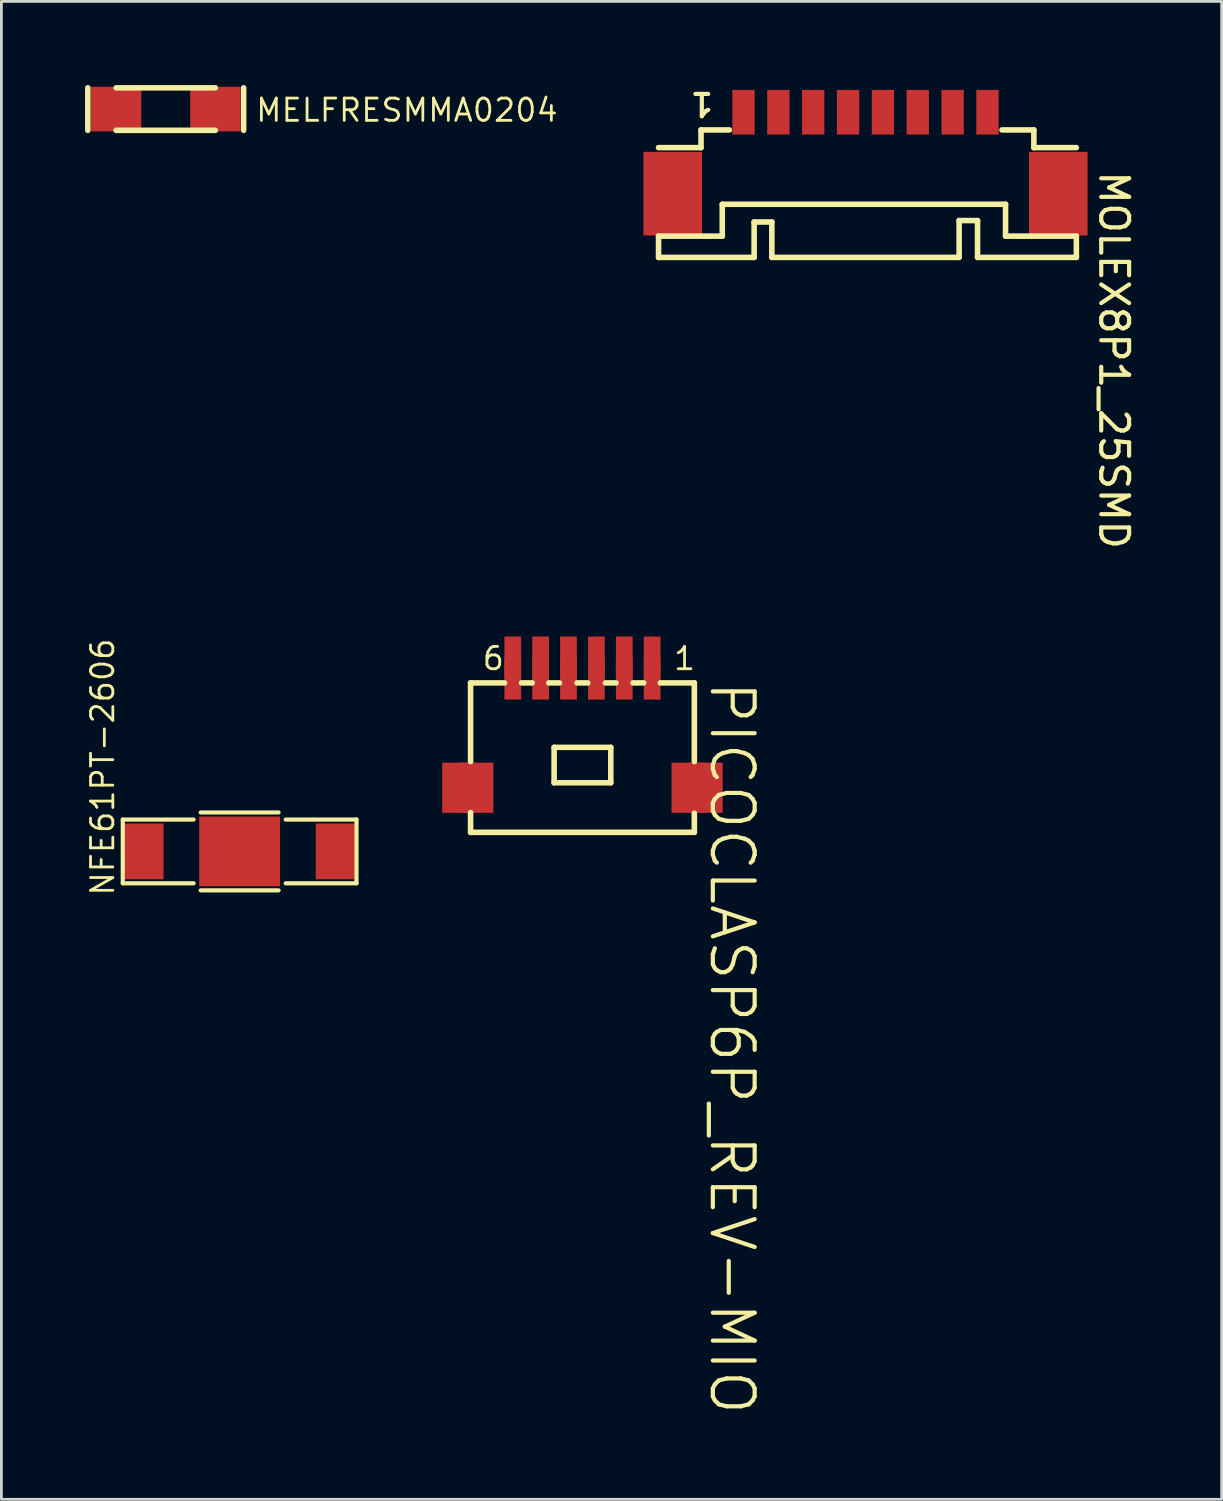
<source format=kicad_pcb>
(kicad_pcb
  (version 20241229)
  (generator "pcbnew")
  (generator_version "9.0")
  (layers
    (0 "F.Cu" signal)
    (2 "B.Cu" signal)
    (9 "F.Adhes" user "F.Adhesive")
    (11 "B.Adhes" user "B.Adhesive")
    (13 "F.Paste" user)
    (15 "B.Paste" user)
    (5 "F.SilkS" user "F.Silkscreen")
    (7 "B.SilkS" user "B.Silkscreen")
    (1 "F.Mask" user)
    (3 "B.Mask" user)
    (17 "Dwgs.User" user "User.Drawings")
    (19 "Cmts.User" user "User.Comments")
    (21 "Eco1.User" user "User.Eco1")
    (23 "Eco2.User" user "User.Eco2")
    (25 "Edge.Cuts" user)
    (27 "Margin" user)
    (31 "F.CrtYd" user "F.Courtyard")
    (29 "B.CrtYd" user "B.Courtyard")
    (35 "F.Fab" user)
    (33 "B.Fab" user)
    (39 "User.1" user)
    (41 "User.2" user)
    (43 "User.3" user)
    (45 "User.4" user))
  (footprint "MELFRESMMA0204"
    (layer "F.Cu")
    (at 1.116 0.862)
    (property "Reference" "MELFRESMMA0204" (at 4.953 0.508 0) (unlocked yes) (layer "F.SilkS") (effects (font (size 0.8 0.8) (thickness 0.1)) (justify left bottom)))
    (fp_line (start -1.016 0.762) (end -1.016 -0.762) (stroke (width 0.2) (type solid)) (layer "F.SilkS"))
    (fp_line (start 0 -0.762) (end 3.556 -0.762) (stroke (width 0.2) (type solid)) (layer "F.SilkS"))
    (fp_line (start 0 0.762) (end 3.556 0.762) (stroke (width 0.2) (type solid)) (layer "F.SilkS"))
    (fp_line (start 4.572 0.762) (end 4.572 -0.762) (stroke (width 0.2) (type solid)) (layer "F.SilkS"))
    (pad "1" smd rect (at 0 0) (size 1.8 1.6) (layers "F.Cu" "F.Mask" "F.Paste"))
    (pad "2" smd rect (at 3.556 0) (size 1.8 1.6) (layers "F.Cu" "F.Mask" "F.Paste")))
  (footprint "NFE61PT-2606"
    (layer "F.Cu")
    (at 5.545 27.488)
    (property "Reference" "NFE61PT-2606" (at -4.445 1.651 90) (unlocked yes) (layer "F.SilkS") (effects (font (size 0.8 0.8) (thickness 0.1)) (justify left bottom)))
    (fp_line (start -4.191 -1.143) (end -1.651 -1.143) (stroke (width 0.15) (type solid)) (layer "F.SilkS"))
    (fp_line (start -4.191 1.143) (end -4.191 -1.143) (stroke (width 0.15) (type solid)) (layer "F.SilkS"))
    (fp_line (start -4.191 1.143) (end -1.651 1.143) (stroke (width 0.15) (type solid)) (layer "F.SilkS"))
    (fp_line (start -1.397 -1.397) (end 1.397 -1.397) (stroke (width 0.15) (type solid)) (layer "F.SilkS"))
    (fp_line (start -1.397 1.397) (end 1.397 1.397) (stroke (width 0.15) (type solid)) (layer "F.SilkS"))
    (fp_line (start 1.651 -1.143) (end 4.191 -1.143) (stroke (width 0.15) (type solid)) (layer "F.SilkS"))
    (fp_line (start 1.651 1.143) (end 4.191 1.143) (stroke (width 0.15) (type solid)) (layer "F.SilkS"))
    (fp_line (start 4.191 1.143) (end 4.191 -1.143) (stroke (width 0.15) (type solid)) (layer "F.SilkS"))
    (pad "1" smd rect (at -3.429 0) (size 1.4 2) (layers "F.Cu" "F.Mask" "F.Paste"))
    (pad "2" smd rect (at 3.429 0) (size 1.4 2) (layers "F.Cu" "F.Mask" "F.Paste"))
    (pad "3" smd rect (at 0 0) (size 2.9 2.5) (layers "F.Cu" "F.Mask" "F.Paste")))
  (footprint "PICOCLASP6P_REV-MIO"
    (layer "F.Cu")
    (at 20.341 21.292)
    (property "Reference" "PICOCLASP6P_REV-MIO" (at 1.985 0 270) (unlocked yes) (layer "F.SilkS") (effects (font (size 1.5 1.5) (thickness 0.15)) (justify left bottom)))
    (fp_line (start -6.513 0.152) (end -6.513 2.972) (stroke (width 0.2) (type solid)) (layer "F.SilkS"))
    (fp_line (start -6.513 0.152) (end -5.294 0.152) (stroke (width 0.2) (type solid)) (layer "F.SilkS"))
    (fp_line (start -6.513 4.801) (end -6.513 5.512) (stroke (width 0.2) (type solid)) (layer "F.SilkS"))
    (fp_line (start -6.513 5.512) (end 1.513 5.512) (stroke (width 0.2) (type solid)) (layer "F.SilkS"))
    (fp_line (start -4.684 0.152) (end -4.303 0.152) (stroke (width 0.2) (type solid)) (layer "F.SilkS"))
    (fp_line (start -3.707 0.152) (end -3.325 0.152) (stroke (width 0.2) (type solid)) (layer "F.SilkS"))
    (fp_line (start -3.516 2.464) (end -3.516 3.734) (stroke (width 0.2) (type solid)) (layer "F.SilkS"))
    (fp_line (start -3.516 2.464) (end -1.484 2.464) (stroke (width 0.2) (type solid)) (layer "F.SilkS"))
    (fp_line (start -3.516 3.734) (end -1.484 3.734) (stroke (width 0.2) (type solid)) (layer "F.SilkS"))
    (fp_line (start -2.691 0.152) (end -2.309 0.152) (stroke (width 0.2) (type solid)) (layer "F.SilkS"))
    (fp_line (start -1.675 0.152) (end -1.294 0.152) (stroke (width 0.2) (type solid)) (layer "F.SilkS"))
    (fp_line (start -1.484 2.464) (end -1.484 3.734) (stroke (width 0.2) (type solid)) (layer "F.SilkS"))
    (fp_line (start -0.684 0.152) (end -0.303 0.152) (stroke (width 0.2) (type solid)) (layer "F.SilkS"))
    (fp_line (start 0.294 0.152) (end 1.513 0.152) (stroke (width 0.2) (type solid)) (layer "F.SilkS"))
    (fp_line (start 1.513 0.152) (end 1.513 2.972) (stroke (width 0.2) (type solid)) (layer "F.SilkS"))
    (fp_line (start 1.513 4.826) (end 1.513 5.512) (stroke (width 0.2) (type solid)) (layer "F.SilkS"))
    (fp_text user "1" (at 0.715 -0.254 0) (unlocked yes) (layer "F.SilkS") (effects (font (size 0.8 0.8) (thickness 0.1)) (justify left bottom)))
    (fp_text user "6" (at -6.143 -0.254 0) (unlocked yes) (layer "F.SilkS") (effects (font (size 0.8 0.8) (thickness 0.1)) (justify left bottom)))
    (pad "" smd rect (at -6.93 3.912) (size 1.2 1.8) (layers "F.Cu" "F.Mask" "F.Paste"))
    (pad "" smd rect (at -6.295 3.912) (size 1.2 1.8) (layers "F.Cu" "F.Mask" "F.Paste"))
    (pad "" smd rect (at 1.295 3.912) (size 1.2 1.8) (layers "F.Cu" "F.Mask" "F.Paste"))
    (pad "" smd rect (at 1.93 3.912) (size 1.2 1.8) (layers "F.Cu" "F.Mask" "F.Paste"))
    (pad "1" smd rect (at 0 -0.762) (size 0.6 1.5) (layers "F.Cu" "F.Mask" "F.Paste"))
    (pad "1" smd rect (at 0 0) (size 0.6 1.5) (layers "F.Cu" "F.Mask" "F.Paste"))
    (pad "2" smd rect (at -1 -0.762) (size 0.6 1.5) (layers "F.Cu" "F.Mask" "F.Paste"))
    (pad "2" smd rect (at -1 0) (size 0.6 1.5) (layers "F.Cu" "F.Mask" "F.Paste"))
    (pad "3" smd rect (at -2 -0.762) (size 0.6 1.5) (layers "F.Cu" "F.Mask" "F.Paste"))
    (pad "3" smd rect (at -2 0) (size 0.6 1.5) (layers "F.Cu" "F.Mask" "F.Paste"))
    (pad "4" smd rect (at -3 -0.762) (size 0.6 1.5) (layers "F.Cu" "F.Mask" "F.Paste"))
    (pad "4" smd rect (at -3 0) (size 0.6 1.5) (layers "F.Cu" "F.Mask" "F.Paste"))
    (pad "5" smd rect (at -4 -0.762) (size 0.6 1.5) (layers "F.Cu" "F.Mask" "F.Paste"))
    (pad "5" smd rect (at -4 0) (size 0.6 1.5) (layers "F.Cu" "F.Mask" "F.Paste"))
    (pad "6" smd rect (at -5 -0.762) (size 0.6 1.5) (layers "F.Cu" "F.Mask" "F.Paste"))
    (pad "6" smd rect (at -5 0) (size 0.6 1.5) (layers "F.Cu" "F.Mask" "F.Paste")))
  (footprint "MOLEX8P1_25SMD"
    (layer "F.Cu")
    (at 23.618 0.975)
    (property "Reference" "MOLEX8P1_25SMD" (at 12.7 2.032 270) (unlocked yes) (layer "F.SilkS") (effects (font (size 1 1) (thickness 0.15)) (justify left bottom)))
    (fp_line (start -3.048 4.445) (end -3.048 5.207) (stroke (width 0.2) (type solid)) (layer "F.SilkS"))
    (fp_line (start -1.524 0.635) (end -1.524 1.27) (stroke (width 0.2) (type solid)) (layer "F.SilkS"))
    (fp_line (start -1.524 1.27) (end -3.048 1.27) (stroke (width 0.2) (type solid)) (layer "F.SilkS"))
    (fp_line (start -0.762 3.302) (end -0.762 4.445) (stroke (width 0.2) (type solid)) (layer "F.SilkS"))
    (fp_line (start -0.762 4.445) (end -3.048 4.445) (stroke (width 0.2) (type solid)) (layer "F.SilkS"))
    (fp_line (start -0.508 0.635) (end -1.524 0.635) (stroke (width 0.2) (type solid)) (layer "F.SilkS"))
    (fp_line (start 0.381 3.937) (end 0.381 5.207) (stroke (width 0.2) (type solid)) (layer "F.SilkS"))
    (fp_line (start 0.381 5.207) (end -3.048 5.207) (stroke (width 0.2) (type solid)) (layer "F.SilkS"))
    (fp_line (start 1.016 3.937) (end 0.381 3.937) (stroke (width 0.2) (type solid)) (layer "F.SilkS"))
    (fp_line (start 1.016 3.937) (end 1.016 5.207) (stroke (width 0.2) (type solid)) (layer "F.SilkS"))
    (fp_line (start 7.722 5.207) (end 1.016 5.207) (stroke (width 0.2) (type solid)) (layer "F.SilkS"))
    (fp_line (start 7.734 3.886) (end 7.734 5.207) (stroke (width 0.2) (type solid)) (layer "F.SilkS"))
    (fp_line (start 8.394 3.886) (end 7.734 3.886) (stroke (width 0.2) (type solid)) (layer "F.SilkS"))
    (fp_line (start 8.394 3.886) (end 8.394 5.207) (stroke (width 0.2) (type solid)) (layer "F.SilkS"))
    (fp_line (start 9.398 3.302) (end -0.762 3.302) (stroke (width 0.2) (type solid)) (layer "F.SilkS"))
    (fp_line (start 9.398 3.302) (end 9.398 4.445) (stroke (width 0.2) (type solid)) (layer "F.SilkS"))
    (fp_line (start 10.414 0.635) (end 9.271 0.635) (stroke (width 0.2) (type solid)) (layer "F.SilkS"))
    (fp_line (start 10.414 0.635) (end 10.414 1.27) (stroke (width 0.2) (type solid)) (layer "F.SilkS"))
    (fp_line (start 11.938 1.27) (end 10.414 1.27) (stroke (width 0.2) (type solid)) (layer "F.SilkS"))
    (fp_line (start 11.938 4.445) (end 9.398 4.445) (stroke (width 0.2) (type solid)) (layer "F.SilkS"))
    (fp_line (start 11.938 4.445) (end 11.938 5.207) (stroke (width 0.2) (type solid)) (layer "F.SilkS"))
    (fp_line (start 11.938 5.207) (end 8.394 5.207) (stroke (width 0.2) (type solid)) (layer "F.SilkS"))
    (fp_text user "1" (at -1.016 -0.762 180) (unlocked yes) (layer "F.SilkS") (effects (font (size 0.8 0.8) (thickness 0.15)) (justify left bottom)))
    (pad "" smd rect (at -2.54 2.921) (size 2.1 3) (layers "F.Cu" "F.Mask" "F.Paste"))
    (pad "" smd rect (at 11.29 2.921) (size 2.1 3) (layers "F.Cu" "F.Mask" "F.Paste"))
    (pad "1" smd rect (at 0 0) (size 0.8 1.6) (layers "F.Cu" "F.Mask" "F.Paste"))
    (pad "2" smd rect (at 1.25 0) (size 0.8 1.6) (layers "F.Cu" "F.Mask" "F.Paste"))
    (pad "3" smd rect (at 2.5 0) (size 0.8 1.6) (layers "F.Cu" "F.Mask" "F.Paste"))
    (pad "4" smd rect (at 3.75 0) (size 0.8 1.6) (layers "F.Cu" "F.Mask" "F.Paste"))
    (pad "5" smd rect (at 5 0) (size 0.8 1.6) (layers "F.Cu" "F.Mask" "F.Paste"))
    (pad "6" smd rect (at 6.25 0) (size 0.8 1.6) (layers "F.Cu" "F.Mask" "F.Paste"))
    (pad "7" smd rect (at 7.5 0) (size 0.8 1.6) (layers "F.Cu" "F.Mask" "F.Paste"))
    (pad "8" smd rect (at 8.75 0) (size 0.8 1.6) (layers "F.Cu" "F.Mask" "F.Paste")))
  (gr_rect
    (start -3 -3)
    (end 40.768 50.728)
    (stroke (width 0.1) (type default))
    (fill no)
    (layer "Edge.Cuts")))
</source>
